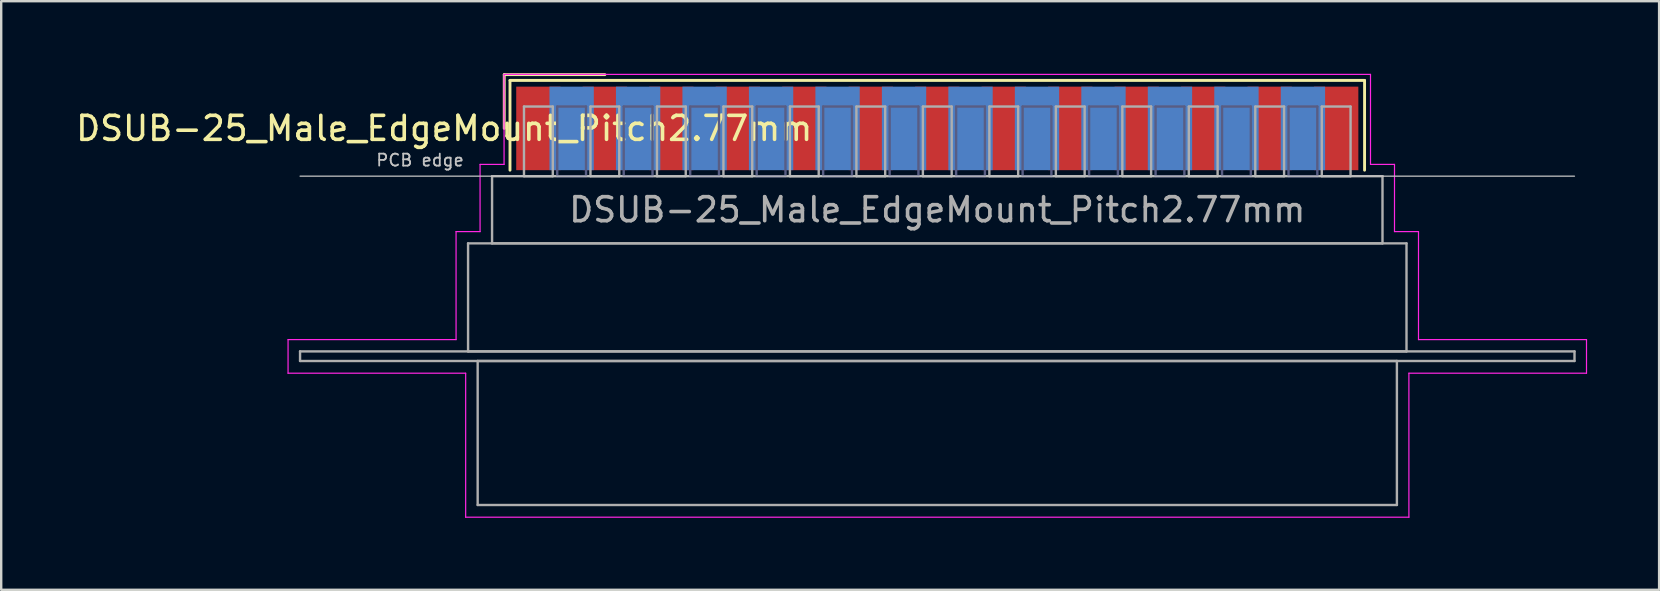
<source format=kicad_pcb>
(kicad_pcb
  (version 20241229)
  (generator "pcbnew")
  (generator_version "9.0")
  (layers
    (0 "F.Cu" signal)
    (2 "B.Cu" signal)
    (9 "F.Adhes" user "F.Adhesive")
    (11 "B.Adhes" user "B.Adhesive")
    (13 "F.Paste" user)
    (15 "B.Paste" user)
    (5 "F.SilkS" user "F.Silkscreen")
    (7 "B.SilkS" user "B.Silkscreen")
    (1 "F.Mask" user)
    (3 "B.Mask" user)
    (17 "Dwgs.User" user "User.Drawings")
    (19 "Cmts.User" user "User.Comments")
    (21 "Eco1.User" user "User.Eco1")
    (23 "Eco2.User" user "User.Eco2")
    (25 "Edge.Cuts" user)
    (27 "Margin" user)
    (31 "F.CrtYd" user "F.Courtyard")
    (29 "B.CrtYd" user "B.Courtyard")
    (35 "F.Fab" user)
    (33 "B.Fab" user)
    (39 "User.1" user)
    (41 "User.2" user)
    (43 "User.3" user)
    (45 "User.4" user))
  (footprint "DSUB-25_Male_EdgeMount_Pitch2.77mm"
    (layer "F.Cu")
    (at 36.002 2.3)
    (property "Reference" "DSUB-25_Male_EdgeMount_Pitch2.77mm" (at -20.543 0 0) (layer "F.SilkS") (effects (font (size 1 1) (thickness 0.15))))
    (attr smd)
    (fp_line (start -18.043 -2.24) (end -13.85 -2.24) (stroke (width 0.12) (type solid)) (layer "F.SilkS"))
    (fp_line (start -18.043 0) (end -18.043 -2.24) (stroke (width 0.12) (type solid)) (layer "F.SilkS"))
    (fp_line (start -17.803 -2) (end -17.803 1.74) (stroke (width 0.12) (type solid)) (layer "F.SilkS"))
    (fp_line (start 17.803 -2) (end -17.803 -2) (stroke (width 0.12) (type solid)) (layer "F.SilkS"))
    (fp_line (start 17.803 1.74) (end 17.803 -2) (stroke (width 0.12) (type solid)) (layer "F.SilkS"))
    (fp_line (start -26.55 1.99) (end 26.55 1.99) (stroke (width 0.05) (type solid)) (layer "Dwgs.User"))
    (fp_line (start -27.05 8.8) (end -20.05 8.8) (stroke (width 0.05) (type solid)) (layer "F.CrtYd"))
    (fp_line (start -27.05 10.2) (end -27.05 8.8) (stroke (width 0.05) (type solid)) (layer "F.CrtYd"))
    (fp_line (start -20.05 4.3) (end -19.05 4.3) (stroke (width 0.05) (type solid)) (layer "F.CrtYd"))
    (fp_line (start -20.05 8.8) (end -20.05 4.3) (stroke (width 0.05) (type solid)) (layer "F.CrtYd"))
    (fp_line (start -19.65 10.2) (end -27.05 10.2) (stroke (width 0.05) (type solid)) (layer "F.CrtYd"))
    (fp_line (start -19.65 16.2) (end -19.65 10.2) (stroke (width 0.05) (type solid)) (layer "F.CrtYd"))
    (fp_line (start -19.05 1.5) (end -18.05 1.5) (stroke (width 0.05) (type solid)) (layer "F.CrtYd"))
    (fp_line (start -19.05 4.3) (end -19.05 1.5) (stroke (width 0.05) (type solid)) (layer "F.CrtYd"))
    (fp_line (start -18.05 -2.25) (end 18.05 -2.25) (stroke (width 0.05) (type solid)) (layer "F.CrtYd"))
    (fp_line (start -18.05 1.5) (end -18.05 -2.25) (stroke (width 0.05) (type solid)) (layer "F.CrtYd"))
    (fp_line (start 18.05 -2.25) (end 18.05 1.5) (stroke (width 0.05) (type solid)) (layer "F.CrtYd"))
    (fp_line (start 18.05 1.5) (end 19.05 1.5) (stroke (width 0.05) (type solid)) (layer "F.CrtYd"))
    (fp_line (start 19.05 1.5) (end 19.05 4.3) (stroke (width 0.05) (type solid)) (layer "F.CrtYd"))
    (fp_line (start 19.05 4.3) (end 20.05 4.3) (stroke (width 0.05) (type solid)) (layer "F.CrtYd"))
    (fp_line (start 19.65 10.2) (end 19.65 16.2) (stroke (width 0.05) (type solid)) (layer "F.CrtYd"))
    (fp_line (start 19.65 16.2) (end -19.65 16.2) (stroke (width 0.05) (type solid)) (layer "F.CrtYd"))
    (fp_line (start 20.05 4.3) (end 20.05 8.8) (stroke (width 0.05) (type solid)) (layer "F.CrtYd"))
    (fp_line (start 20.05 8.8) (end 27.05 8.8) (stroke (width 0.05) (type solid)) (layer "F.CrtYd"))
    (fp_line (start 27.05 8.8) (end 27.05 10.2) (stroke (width 0.05) (type solid)) (layer "F.CrtYd"))
    (fp_line (start 27.05 10.2) (end 19.65 10.2) (stroke (width 0.05) (type solid)) (layer "F.CrtYd"))
    (fp_line (start -15.835 -0.91) (end -15.835 1.99) (stroke (width 0.1) (type solid)) (layer "B.Fab"))
    (fp_line (start -15.835 1.99) (end -14.635 1.99) (stroke (width 0.1) (type solid)) (layer "B.Fab"))
    (fp_line (start -14.635 -0.91) (end -15.835 -0.91) (stroke (width 0.1) (type solid)) (layer "B.Fab"))
    (fp_line (start -14.635 1.99) (end -14.635 -0.91) (stroke (width 0.1) (type solid)) (layer "B.Fab"))
    (fp_line (start -13.065 -0.91) (end -13.065 1.99) (stroke (width 0.1) (type solid)) (layer "B.Fab"))
    (fp_line (start -13.065 1.99) (end -11.865 1.99) (stroke (width 0.1) (type solid)) (layer "B.Fab"))
    (fp_line (start -11.865 -0.91) (end -13.065 -0.91) (stroke (width 0.1) (type solid)) (layer "B.Fab"))
    (fp_line (start -11.865 1.99) (end -11.865 -0.91) (stroke (width 0.1) (type solid)) (layer "B.Fab"))
    (fp_line (start -10.295 -0.91) (end -10.295 1.99) (stroke (width 0.1) (type solid)) (layer "B.Fab"))
    (fp_line (start -10.295 1.99) (end -9.095 1.99) (stroke (width 0.1) (type solid)) (layer "B.Fab"))
    (fp_line (start -9.095 -0.91) (end -10.295 -0.91) (stroke (width 0.1) (type solid)) (layer "B.Fab"))
    (fp_line (start -9.095 1.99) (end -9.095 -0.91) (stroke (width 0.1) (type solid)) (layer "B.Fab"))
    (fp_line (start -7.525 -0.91) (end -7.525 1.99) (stroke (width 0.1) (type solid)) (layer "B.Fab"))
    (fp_line (start -7.525 1.99) (end -6.325 1.99) (stroke (width 0.1) (type solid)) (layer "B.Fab"))
    (fp_line (start -6.325 -0.91) (end -7.525 -0.91) (stroke (width 0.1) (type solid)) (layer "B.Fab"))
    (fp_line (start -6.325 1.99) (end -6.325 -0.91) (stroke (width 0.1) (type solid)) (layer "B.Fab"))
    (fp_line (start -4.755 -0.91) (end -4.755 1.99) (stroke (width 0.1) (type solid)) (layer "B.Fab"))
    (fp_line (start -4.755 1.99) (end -3.555 1.99) (stroke (width 0.1) (type solid)) (layer "B.Fab"))
    (fp_line (start -3.555 -0.91) (end -4.755 -0.91) (stroke (width 0.1) (type solid)) (layer "B.Fab"))
    (fp_line (start -3.555 1.99) (end -3.555 -0.91) (stroke (width 0.1) (type solid)) (layer "B.Fab"))
    (fp_line (start -1.985 -0.91) (end -1.985 1.99) (stroke (width 0.1) (type solid)) (layer "B.Fab"))
    (fp_line (start -1.985 1.99) (end -0.785 1.99) (stroke (width 0.1) (type solid)) (layer "B.Fab"))
    (fp_line (start -0.785 -0.91) (end -1.985 -0.91) (stroke (width 0.1) (type solid)) (layer "B.Fab"))
    (fp_line (start -0.785 1.99) (end -0.785 -0.91) (stroke (width 0.1) (type solid)) (layer "B.Fab"))
    (fp_line (start 0.785 -0.91) (end 0.785 1.99) (stroke (width 0.1) (type solid)) (layer "B.Fab"))
    (fp_line (start 0.785 1.99) (end 1.985 1.99) (stroke (width 0.1) (type solid)) (layer "B.Fab"))
    (fp_line (start 1.985 -0.91) (end 0.785 -0.91) (stroke (width 0.1) (type solid)) (layer "B.Fab"))
    (fp_line (start 1.985 1.99) (end 1.985 -0.91) (stroke (width 0.1) (type solid)) (layer "B.Fab"))
    (fp_line (start 3.555 -0.91) (end 3.555 1.99) (stroke (width 0.1) (type solid)) (layer "B.Fab"))
    (fp_line (start 3.555 1.99) (end 4.755 1.99) (stroke (width 0.1) (type solid)) (layer "B.Fab"))
    (fp_line (start 4.755 -0.91) (end 3.555 -0.91) (stroke (width 0.1) (type solid)) (layer "B.Fab"))
    (fp_line (start 4.755 1.99) (end 4.755 -0.91) (stroke (width 0.1) (type solid)) (layer "B.Fab"))
    (fp_line (start 6.325 -0.91) (end 6.325 1.99) (stroke (width 0.1) (type solid)) (layer "B.Fab"))
    (fp_line (start 6.325 1.99) (end 7.525 1.99) (stroke (width 0.1) (type solid)) (layer "B.Fab"))
    (fp_line (start 7.525 -0.91) (end 6.325 -0.91) (stroke (width 0.1) (type solid)) (layer "B.Fab"))
    (fp_line (start 7.525 1.99) (end 7.525 -0.91) (stroke (width 0.1) (type solid)) (layer "B.Fab"))
    (fp_line (start 9.095 -0.91) (end 9.095 1.99) (stroke (width 0.1) (type solid)) (layer "B.Fab"))
    (fp_line (start 9.095 1.99) (end 10.295 1.99) (stroke (width 0.1) (type solid)) (layer "B.Fab"))
    (fp_line (start 10.295 -0.91) (end 9.095 -0.91) (stroke (width 0.1) (type solid)) (layer "B.Fab"))
    (fp_line (start 10.295 1.99) (end 10.295 -0.91) (stroke (width 0.1) (type solid)) (layer "B.Fab"))
    (fp_line (start 11.865 -0.91) (end 11.865 1.99) (stroke (width 0.1) (type solid)) (layer "B.Fab"))
    (fp_line (start 11.865 1.99) (end 13.065 1.99) (stroke (width 0.1) (type solid)) (layer "B.Fab"))
    (fp_line (start 13.065 -0.91) (end 11.865 -0.91) (stroke (width 0.1) (type solid)) (layer "B.Fab"))
    (fp_line (start 13.065 1.99) (end 13.065 -0.91) (stroke (width 0.1) (type solid)) (layer "B.Fab"))
    (fp_line (start 14.635 -0.91) (end 14.635 1.99) (stroke (width 0.1) (type solid)) (layer "B.Fab"))
    (fp_line (start 14.635 1.99) (end 15.835 1.99) (stroke (width 0.1) (type solid)) (layer "B.Fab"))
    (fp_line (start 15.835 -0.91) (end 14.635 -0.91) (stroke (width 0.1) (type solid)) (layer "B.Fab"))
    (fp_line (start 15.835 1.99) (end 15.835 -0.91) (stroke (width 0.1) (type solid)) (layer "B.Fab"))
    (fp_line (start -26.55 9.29) (end -26.55 9.69) (stroke (width 0.1) (type solid)) (layer "F.Fab"))
    (fp_line (start -26.55 9.69) (end 26.55 9.69) (stroke (width 0.1) (type solid)) (layer "F.Fab"))
    (fp_line (start -19.55 4.79) (end -19.55 9.29) (stroke (width 0.1) (type solid)) (layer "F.Fab"))
    (fp_line (start -19.55 9.29) (end 19.55 9.29) (stroke (width 0.1) (type solid)) (layer "F.Fab"))
    (fp_line (start -19.15 9.69) (end -19.15 15.69) (stroke (width 0.1) (type solid)) (layer "F.Fab"))
    (fp_line (start -19.15 15.69) (end 19.15 15.69) (stroke (width 0.1) (type solid)) (layer "F.Fab"))
    (fp_line (start -18.55 1.99) (end -18.55 4.79) (stroke (width 0.1) (type solid)) (layer "F.Fab"))
    (fp_line (start -18.55 4.79) (end 18.55 4.79) (stroke (width 0.1) (type solid)) (layer "F.Fab"))
    (fp_line (start -17.22 -0.91) (end -17.22 1.99) (stroke (width 0.1) (type solid)) (layer "F.Fab"))
    (fp_line (start -17.22 1.99) (end -16.02 1.99) (stroke (width 0.1) (type solid)) (layer "F.Fab"))
    (fp_line (start -16.02 -0.91) (end -17.22 -0.91) (stroke (width 0.1) (type solid)) (layer "F.Fab"))
    (fp_line (start -16.02 1.99) (end -16.02 -0.91) (stroke (width 0.1) (type solid)) (layer "F.Fab"))
    (fp_line (start -14.45 -0.91) (end -14.45 1.99) (stroke (width 0.1) (type solid)) (layer "F.Fab"))
    (fp_line (start -14.45 1.99) (end -13.25 1.99) (stroke (width 0.1) (type solid)) (layer "F.Fab"))
    (fp_line (start -13.25 -0.91) (end -14.45 -0.91) (stroke (width 0.1) (type solid)) (layer "F.Fab"))
    (fp_line (start -13.25 1.99) (end -13.25 -0.91) (stroke (width 0.1) (type solid)) (layer "F.Fab"))
    (fp_line (start -11.68 -0.91) (end -11.68 1.99) (stroke (width 0.1) (type solid)) (layer "F.Fab"))
    (fp_line (start -11.68 1.99) (end -10.48 1.99) (stroke (width 0.1) (type solid)) (layer "F.Fab"))
    (fp_line (start -10.48 -0.91) (end -11.68 -0.91) (stroke (width 0.1) (type solid)) (layer "F.Fab"))
    (fp_line (start -10.48 1.99) (end -10.48 -0.91) (stroke (width 0.1) (type solid)) (layer "F.Fab"))
    (fp_line (start -8.91 -0.91) (end -8.91 1.99) (stroke (width 0.1) (type solid)) (layer "F.Fab"))
    (fp_line (start -8.91 1.99) (end -7.71 1.99) (stroke (width 0.1) (type solid)) (layer "F.Fab"))
    (fp_line (start -7.71 -0.91) (end -8.91 -0.91) (stroke (width 0.1) (type solid)) (layer "F.Fab"))
    (fp_line (start -7.71 1.99) (end -7.71 -0.91) (stroke (width 0.1) (type solid)) (layer "F.Fab"))
    (fp_line (start -6.14 -0.91) (end -6.14 1.99) (stroke (width 0.1) (type solid)) (layer "F.Fab"))
    (fp_line (start -6.14 1.99) (end -4.94 1.99) (stroke (width 0.1) (type solid)) (layer "F.Fab"))
    (fp_line (start -4.94 -0.91) (end -6.14 -0.91) (stroke (width 0.1) (type solid)) (layer "F.Fab"))
    (fp_line (start -4.94 1.99) (end -4.94 -0.91) (stroke (width 0.1) (type solid)) (layer "F.Fab"))
    (fp_line (start -3.37 -0.91) (end -3.37 1.99) (stroke (width 0.1) (type solid)) (layer "F.Fab"))
    (fp_line (start -3.37 1.99) (end -2.17 1.99) (stroke (width 0.1) (type solid)) (layer "F.Fab"))
    (fp_line (start -2.17 -0.91) (end -3.37 -0.91) (stroke (width 0.1) (type solid)) (layer "F.Fab"))
    (fp_line (start -2.17 1.99) (end -2.17 -0.91) (stroke (width 0.1) (type solid)) (layer "F.Fab"))
    (fp_line (start -0.6 -0.91) (end -0.6 1.99) (stroke (width 0.1) (type solid)) (layer "F.Fab"))
    (fp_line (start -0.6 1.99) (end 0.6 1.99) (stroke (width 0.1) (type solid)) (layer "F.Fab"))
    (fp_line (start 0.6 -0.91) (end -0.6 -0.91) (stroke (width 0.1) (type solid)) (layer "F.Fab"))
    (fp_line (start 0.6 1.99) (end 0.6 -0.91) (stroke (width 0.1) (type solid)) (layer "F.Fab"))
    (fp_line (start 2.17 -0.91) (end 2.17 1.99) (stroke (width 0.1) (type solid)) (layer "F.Fab"))
    (fp_line (start 2.17 1.99) (end 3.37 1.99) (stroke (width 0.1) (type solid)) (layer "F.Fab"))
    (fp_line (start 3.37 -0.91) (end 2.17 -0.91) (stroke (width 0.1) (type solid)) (layer "F.Fab"))
    (fp_line (start 3.37 1.99) (end 3.37 -0.91) (stroke (width 0.1) (type solid)) (layer "F.Fab"))
    (fp_line (start 4.94 -0.91) (end 4.94 1.99) (stroke (width 0.1) (type solid)) (layer "F.Fab"))
    (fp_line (start 4.94 1.99) (end 6.14 1.99) (stroke (width 0.1) (type solid)) (layer "F.Fab"))
    (fp_line (start 6.14 -0.91) (end 4.94 -0.91) (stroke (width 0.1) (type solid)) (layer "F.Fab"))
    (fp_line (start 6.14 1.99) (end 6.14 -0.91) (stroke (width 0.1) (type solid)) (layer "F.Fab"))
    (fp_line (start 7.71 -0.91) (end 7.71 1.99) (stroke (width 0.1) (type solid)) (layer "F.Fab"))
    (fp_line (start 7.71 1.99) (end 8.91 1.99) (stroke (width 0.1) (type solid)) (layer "F.Fab"))
    (fp_line (start 8.91 -0.91) (end 7.71 -0.91) (stroke (width 0.1) (type solid)) (layer "F.Fab"))
    (fp_line (start 8.91 1.99) (end 8.91 -0.91) (stroke (width 0.1) (type solid)) (layer "F.Fab"))
    (fp_line (start 10.48 -0.91) (end 10.48 1.99) (stroke (width 0.1) (type solid)) (layer "F.Fab"))
    (fp_line (start 10.48 1.99) (end 11.68 1.99) (stroke (width 0.1) (type solid)) (layer "F.Fab"))
    (fp_line (start 11.68 -0.91) (end 10.48 -0.91) (stroke (width 0.1) (type solid)) (layer "F.Fab"))
    (fp_line (start 11.68 1.99) (end 11.68 -0.91) (stroke (width 0.1) (type solid)) (layer "F.Fab"))
    (fp_line (start 13.25 -0.91) (end 13.25 1.99) (stroke (width 0.1) (type solid)) (layer "F.Fab"))
    (fp_line (start 13.25 1.99) (end 14.45 1.99) (stroke (width 0.1) (type solid)) (layer "F.Fab"))
    (fp_line (start 14.45 -0.91) (end 13.25 -0.91) (stroke (width 0.1) (type solid)) (layer "F.Fab"))
    (fp_line (start 14.45 1.99) (end 14.45 -0.91) (stroke (width 0.1) (type solid)) (layer "F.Fab"))
    (fp_line (start 16.02 -0.91) (end 16.02 1.99) (stroke (width 0.1) (type solid)) (layer "F.Fab"))
    (fp_line (start 16.02 1.99) (end 17.22 1.99) (stroke (width 0.1) (type solid)) (layer "F.Fab"))
    (fp_line (start 17.22 -0.91) (end 16.02 -0.91) (stroke (width 0.1) (type solid)) (layer "F.Fab"))
    (fp_line (start 17.22 1.99) (end 17.22 -0.91) (stroke (width 0.1) (type solid)) (layer "F.Fab"))
    (fp_line (start 18.55 1.99) (end -18.55 1.99) (stroke (width 0.1) (type solid)) (layer "F.Fab"))
    (fp_line (start 18.55 4.79) (end 18.55 1.99) (stroke (width 0.1) (type solid)) (layer "F.Fab"))
    (fp_line (start 19.15 9.69) (end -19.15 9.69) (stroke (width 0.1) (type solid)) (layer "F.Fab"))
    (fp_line (start 19.15 15.69) (end 19.15 9.69) (stroke (width 0.1) (type solid)) (layer "F.Fab"))
    (fp_line (start 19.55 4.79) (end -19.55 4.79) (stroke (width 0.1) (type solid)) (layer "F.Fab"))
    (fp_line (start 19.55 9.29) (end 19.55 4.79) (stroke (width 0.1) (type solid)) (layer "F.Fab"))
    (fp_line (start 26.55 9.29) (end -26.55 9.29) (stroke (width 0.1) (type solid)) (layer "F.Fab"))
    (fp_line (start 26.55 9.69) (end 26.55 9.29) (stroke (width 0.1) (type solid)) (layer "F.Fab"))
    (fp_text user "PCB edge" (at -21.55 1.323 0) (layer "Dwgs.User") (effects (font (size 0.5 0.5) (thickness 0.075))))
    (fp_text user "${REFERENCE}" (at 0 3.39 0) (layer "F.Fab") (effects (font (size 1 1) (thickness 0.15))))
    (pad "1" smd rect (at -16.62 0) (size 1.847 3.48) (layers "F.Cu" "F.Mask" "F.Paste"))
    (pad "2" smd rect (at -13.85 0) (size 1.847 3.48) (layers "F.Cu" "F.Mask" "F.Paste"))
    (pad "3" smd rect (at -11.08 0) (size 1.847 3.48) (layers "F.Cu" "F.Mask" "F.Paste"))
    (pad "4" smd rect (at -8.31 0) (size 1.847 3.48) (layers "F.Cu" "F.Mask" "F.Paste"))
    (pad "5" smd rect (at -5.54 0) (size 1.847 3.48) (layers "F.Cu" "F.Mask" "F.Paste"))
    (pad "6" smd rect (at -2.77 0) (size 1.847 3.48) (layers "F.Cu" "F.Mask" "F.Paste"))
    (pad "7" smd rect (at 0 0) (size 1.847 3.48) (layers "F.Cu" "F.Mask" "F.Paste"))
    (pad "8" smd rect (at 2.77 0) (size 1.847 3.48) (layers "F.Cu" "F.Mask" "F.Paste"))
    (pad "9" smd rect (at 5.54 0) (size 1.847 3.48) (layers "F.Cu" "F.Mask" "F.Paste"))
    (pad "10" smd rect (at 8.31 0) (size 1.847 3.48) (layers "F.Cu" "F.Mask" "F.Paste"))
    (pad "11" smd rect (at 11.08 0) (size 1.847 3.48) (layers "F.Cu" "F.Mask" "F.Paste"))
    (pad "12" smd rect (at 13.85 0) (size 1.847 3.48) (layers "F.Cu" "F.Mask" "F.Paste"))
    (pad "13" smd rect (at 16.62 0) (size 1.847 3.48) (layers "F.Cu" "F.Mask" "F.Paste"))
    (pad "14" smd rect (at -15.235 0) (size 1.847 3.48) (layers "B.Cu" "B.Mask" "B.Paste"))
    (pad "15" smd rect (at -12.465 0) (size 1.847 3.48) (layers "B.Cu" "B.Mask" "B.Paste"))
    (pad "16" smd rect (at -9.695 0) (size 1.847 3.48) (layers "B.Cu" "B.Mask" "B.Paste"))
    (pad "17" smd rect (at -6.925 0) (size 1.847 3.48) (layers "B.Cu" "B.Mask" "B.Paste"))
    (pad "18" smd rect (at -4.155 0) (size 1.847 3.48) (layers "B.Cu" "B.Mask" "B.Paste"))
    (pad "19" smd rect (at -1.385 0) (size 1.847 3.48) (layers "B.Cu" "B.Mask" "B.Paste"))
    (pad "20" smd rect (at 1.385 0) (size 1.847 3.48) (layers "B.Cu" "B.Mask" "B.Paste"))
    (pad "21" smd rect (at 4.155 0) (size 1.847 3.48) (layers "B.Cu" "B.Mask" "B.Paste"))
    (pad "22" smd rect (at 6.925 0) (size 1.847 3.48) (layers "B.Cu" "B.Mask" "B.Paste"))
    (pad "23" smd rect (at 9.695 0) (size 1.847 3.48) (layers "B.Cu" "B.Mask" "B.Paste"))
    (pad "24" smd rect (at 12.465 0) (size 1.847 3.48) (layers "B.Cu" "B.Mask" "B.Paste"))
    (pad "25" smd rect (at 15.235 0) (size 1.847 3.48) (layers "B.Cu" "B.Mask" "B.Paste")))
  (gr_rect
    (start -3 -3)
    (end 66.077 21.525)
    (stroke (width 0.1) (type default))
    (fill no)
    (layer "Edge.Cuts")))
</source>
